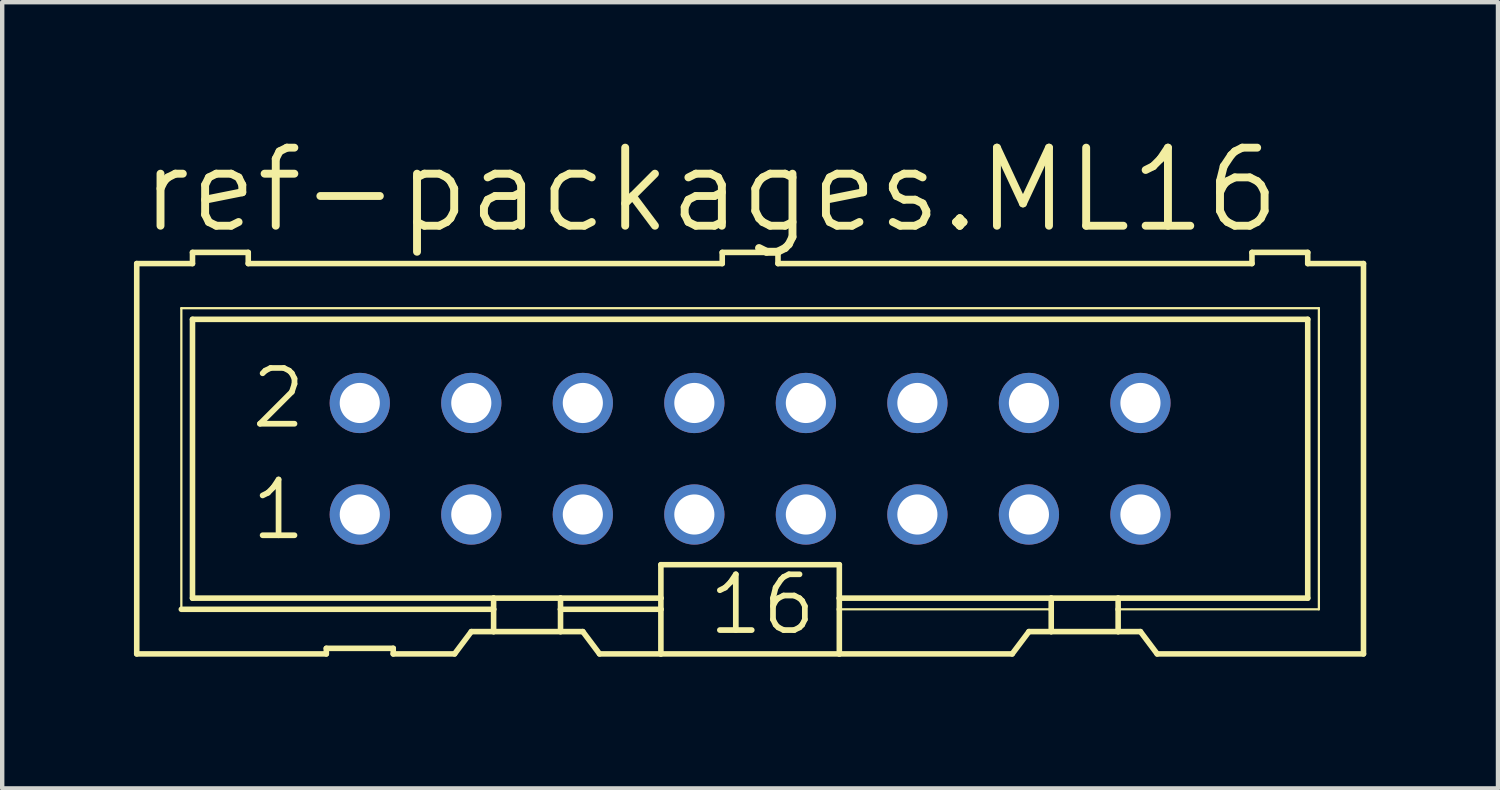
<source format=kicad_pcb>
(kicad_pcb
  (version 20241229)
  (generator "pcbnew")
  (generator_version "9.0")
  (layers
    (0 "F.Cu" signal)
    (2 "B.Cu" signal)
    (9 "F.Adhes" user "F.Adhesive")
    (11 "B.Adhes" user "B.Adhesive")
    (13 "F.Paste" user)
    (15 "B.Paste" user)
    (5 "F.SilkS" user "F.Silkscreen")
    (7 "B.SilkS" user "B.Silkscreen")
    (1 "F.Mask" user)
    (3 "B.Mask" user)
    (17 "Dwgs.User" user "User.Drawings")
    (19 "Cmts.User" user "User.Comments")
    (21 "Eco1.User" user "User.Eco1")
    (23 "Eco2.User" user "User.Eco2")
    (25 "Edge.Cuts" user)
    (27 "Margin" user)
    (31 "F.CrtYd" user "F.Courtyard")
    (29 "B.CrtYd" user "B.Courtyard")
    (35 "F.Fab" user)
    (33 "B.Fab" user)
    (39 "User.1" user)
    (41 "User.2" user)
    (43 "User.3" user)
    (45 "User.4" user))
  (footprint "ref-packages.ML16"
    (layer "F.Cu")
    (at 14.034 7.398)
    (property "Reference" "ref-packages.ML16" (at -13.97 -5.08 0) (layer "F.SilkS") (effects (font (size 1.778 1.778) (thickness 0.18)) (justify left bottom)))
    (attr through_hole)
    (fp_line (start -13.97 -4.445) (end -13.97 4.445) (stroke (width 0.127) (type default)) (layer "F.SilkS"))
    (fp_line (start -13.97 -4.445) (end -12.7 -4.445) (stroke (width 0.127) (type default)) (layer "F.SilkS"))
    (fp_line (start -13.97 4.445) (end -9.652 4.445) (stroke (width 0.127) (type default)) (layer "F.SilkS"))
    (fp_line (start -12.954 -3.429) (end -12.954 3.429) (stroke (width 0.051) (type default)) (layer "F.SilkS"))
    (fp_line (start -12.954 3.429) (end -5.842 3.429) (stroke (width 0.127) (type default)) (layer "F.SilkS"))
    (fp_line (start -12.7 -4.699) (end -12.7 -4.445) (stroke (width 0.127) (type default)) (layer "F.SilkS"))
    (fp_line (start -12.7 -3.175) (end -12.7 3.175) (stroke (width 0.127) (type default)) (layer "F.SilkS"))
    (fp_line (start -12.7 -3.175) (end 12.7 -3.175) (stroke (width 0.127) (type default)) (layer "F.SilkS"))
    (fp_line (start -11.43 -4.699) (end -12.7 -4.699) (stroke (width 0.127) (type default)) (layer "F.SilkS"))
    (fp_line (start -11.43 -4.699) (end -11.43 -4.445) (stroke (width 0.127) (type default)) (layer "F.SilkS"))
    (fp_line (start -11.43 -4.445) (end -0.635 -4.445) (stroke (width 0.127) (type default)) (layer "F.SilkS"))
    (fp_line (start -9.652 4.318) (end -9.652 4.445) (stroke (width 0.127) (type default)) (layer "F.SilkS"))
    (fp_line (start -9.652 4.318) (end -8.128 4.318) (stroke (width 0.127) (type default)) (layer "F.SilkS"))
    (fp_line (start -8.128 4.445) (end -8.128 4.318) (stroke (width 0.127) (type default)) (layer "F.SilkS"))
    (fp_line (start -8.128 4.445) (end -6.731 4.445) (stroke (width 0.127) (type default)) (layer "F.SilkS"))
    (fp_line (start -6.731 4.445) (end -6.35 3.937) (stroke (width 0.127) (type default)) (layer "F.SilkS"))
    (fp_line (start -5.842 3.175) (end -12.7 3.175) (stroke (width 0.127) (type default)) (layer "F.SilkS"))
    (fp_line (start -5.842 3.175) (end -5.842 3.429) (stroke (width 0.127) (type default)) (layer "F.SilkS"))
    (fp_line (start -5.842 3.429) (end -5.842 3.937) (stroke (width 0.127) (type default)) (layer "F.SilkS"))
    (fp_line (start -5.842 3.937) (end -6.35 3.937) (stroke (width 0.127) (type default)) (layer "F.SilkS"))
    (fp_line (start -4.318 3.175) (end -5.842 3.175) (stroke (width 0.127) (type default)) (layer "F.SilkS"))
    (fp_line (start -4.318 3.175) (end -4.318 3.429) (stroke (width 0.127) (type default)) (layer "F.SilkS"))
    (fp_line (start -4.318 3.429) (end -4.318 3.937) (stroke (width 0.127) (type default)) (layer "F.SilkS"))
    (fp_line (start -4.318 3.429) (end -2.032 3.429) (stroke (width 0.127) (type default)) (layer "F.SilkS"))
    (fp_line (start -4.318 3.937) (end -5.842 3.937) (stroke (width 0.127) (type default)) (layer "F.SilkS"))
    (fp_line (start -3.81 3.937) (end -4.318 3.937) (stroke (width 0.127) (type default)) (layer "F.SilkS"))
    (fp_line (start -3.81 3.937) (end -3.429 4.445) (stroke (width 0.127) (type default)) (layer "F.SilkS"))
    (fp_line (start -3.429 4.445) (end -2.032 4.445) (stroke (width 0.127) (type default)) (layer "F.SilkS"))
    (fp_line (start -2.032 3.175) (end -4.318 3.175) (stroke (width 0.127) (type default)) (layer "F.SilkS"))
    (fp_line (start -2.032 3.175) (end -2.032 2.413) (stroke (width 0.127) (type default)) (layer "F.SilkS"))
    (fp_line (start -2.032 3.175) (end -2.032 3.429) (stroke (width 0.127) (type default)) (layer "F.SilkS"))
    (fp_line (start -2.032 3.429) (end -2.032 4.445) (stroke (width 0.127) (type default)) (layer "F.SilkS"))
    (fp_line (start -0.635 -4.699) (end -0.635 -4.445) (stroke (width 0.127) (type default)) (layer "F.SilkS"))
    (fp_line (start 0.635 -4.699) (end -0.635 -4.699) (stroke (width 0.127) (type default)) (layer "F.SilkS"))
    (fp_line (start 0.635 -4.699) (end 0.635 -4.445) (stroke (width 0.127) (type default)) (layer "F.SilkS"))
    (fp_line (start 0.635 -4.445) (end 11.43 -4.445) (stroke (width 0.127) (type default)) (layer "F.SilkS"))
    (fp_line (start 2.032 2.413) (end -2.032 2.413) (stroke (width 0.127) (type default)) (layer "F.SilkS"))
    (fp_line (start 2.032 2.413) (end 2.032 3.175) (stroke (width 0.127) (type default)) (layer "F.SilkS"))
    (fp_line (start 2.032 3.175) (end 2.032 3.429) (stroke (width 0.127) (type default)) (layer "F.SilkS"))
    (fp_line (start 2.032 3.429) (end 2.032 4.445) (stroke (width 0.127) (type default)) (layer "F.SilkS"))
    (fp_line (start 2.032 4.445) (end -2.032 4.445) (stroke (width 0.127) (type default)) (layer "F.SilkS"))
    (fp_line (start 5.969 4.445) (end 2.032 4.445) (stroke (width 0.127) (type default)) (layer "F.SilkS"))
    (fp_line (start 5.969 4.445) (end 6.35 3.937) (stroke (width 0.127) (type default)) (layer "F.SilkS"))
    (fp_line (start 6.858 3.175) (end 2.032 3.175) (stroke (width 0.127) (type default)) (layer "F.SilkS"))
    (fp_line (start 6.858 3.175) (end 6.858 3.429) (stroke (width 0.127) (type default)) (layer "F.SilkS"))
    (fp_line (start 6.858 3.429) (end 2.032 3.429) (stroke (width 0.051) (type default)) (layer "F.SilkS"))
    (fp_line (start 6.858 3.429) (end 6.858 3.937) (stroke (width 0.127) (type default)) (layer "F.SilkS"))
    (fp_line (start 6.858 3.937) (end 6.35 3.937) (stroke (width 0.127) (type default)) (layer "F.SilkS"))
    (fp_line (start 8.382 3.175) (end 6.858 3.175) (stroke (width 0.127) (type default)) (layer "F.SilkS"))
    (fp_line (start 8.382 3.175) (end 8.382 3.429) (stroke (width 0.127) (type default)) (layer "F.SilkS"))
    (fp_line (start 8.382 3.429) (end 8.382 3.937) (stroke (width 0.127) (type default)) (layer "F.SilkS"))
    (fp_line (start 8.382 3.429) (end 12.954 3.429) (stroke (width 0.051) (type default)) (layer "F.SilkS"))
    (fp_line (start 8.382 3.937) (end 6.858 3.937) (stroke (width 0.127) (type default)) (layer "F.SilkS"))
    (fp_line (start 8.89 3.937) (end 8.382 3.937) (stroke (width 0.127) (type default)) (layer "F.SilkS"))
    (fp_line (start 8.89 3.937) (end 9.271 4.445) (stroke (width 0.127) (type default)) (layer "F.SilkS"))
    (fp_line (start 11.43 -4.445) (end 11.43 -4.699) (stroke (width 0.127) (type default)) (layer "F.SilkS"))
    (fp_line (start 12.7 -4.699) (end 11.43 -4.699) (stroke (width 0.127) (type default)) (layer "F.SilkS"))
    (fp_line (start 12.7 -4.445) (end 12.7 -4.699) (stroke (width 0.127) (type default)) (layer "F.SilkS"))
    (fp_line (start 12.7 -4.445) (end 13.97 -4.445) (stroke (width 0.127) (type default)) (layer "F.SilkS"))
    (fp_line (start 12.7 3.175) (end 8.382 3.175) (stroke (width 0.127) (type default)) (layer "F.SilkS"))
    (fp_line (start 12.7 3.175) (end 12.7 -3.175) (stroke (width 0.127) (type default)) (layer "F.SilkS"))
    (fp_line (start 12.954 -3.429) (end -12.954 -3.429) (stroke (width 0.051) (type default)) (layer "F.SilkS"))
    (fp_line (start 12.954 3.429) (end 12.954 -3.429) (stroke (width 0.051) (type default)) (layer "F.SilkS"))
    (fp_line (start 13.97 4.445) (end 9.271 4.445) (stroke (width 0.127) (type default)) (layer "F.SilkS"))
    (fp_line (start 13.97 4.445) (end 13.97 -4.445) (stroke (width 0.127) (type default)) (layer "F.SilkS"))
    (fp_rect (start -9.144 -1.016) (end -8.636 -1.524) (stroke (width 0.05) (type default)) (fill no) (layer "F.Fab"))
    (fp_rect (start -9.144 1.524) (end -8.636 1.016) (stroke (width 0.05) (type default)) (fill no) (layer "F.Fab"))
    (fp_rect (start -6.604 -1.016) (end -6.096 -1.524) (stroke (width 0.05) (type default)) (fill no) (layer "F.Fab"))
    (fp_rect (start -6.604 1.524) (end -6.096 1.016) (stroke (width 0.05) (type default)) (fill no) (layer "F.Fab"))
    (fp_rect (start -4.064 -1.016) (end -3.556 -1.524) (stroke (width 0.05) (type default)) (fill no) (layer "F.Fab"))
    (fp_rect (start -4.064 1.524) (end -3.556 1.016) (stroke (width 0.05) (type default)) (fill no) (layer "F.Fab"))
    (fp_rect (start -1.524 -1.016) (end -1.016 -1.524) (stroke (width 0.05) (type default)) (fill no) (layer "F.Fab"))
    (fp_rect (start -1.524 1.524) (end -1.016 1.016) (stroke (width 0.05) (type default)) (fill no) (layer "F.Fab"))
    (fp_rect (start 1.016 -1.016) (end 1.524 -1.524) (stroke (width 0.05) (type default)) (fill no) (layer "F.Fab"))
    (fp_rect (start 1.016 1.524) (end 1.524 1.016) (stroke (width 0.05) (type default)) (fill no) (layer "F.Fab"))
    (fp_rect (start 3.556 -1.016) (end 4.064 -1.524) (stroke (width 0.05) (type default)) (fill no) (layer "F.Fab"))
    (fp_rect (start 3.556 1.524) (end 4.064 1.016) (stroke (width 0.05) (type default)) (fill no) (layer "F.Fab"))
    (fp_rect (start 6.096 -1.016) (end 6.604 -1.524) (stroke (width 0.05) (type default)) (fill no) (layer "F.Fab"))
    (fp_rect (start 6.096 1.524) (end 6.604 1.016) (stroke (width 0.05) (type default)) (fill no) (layer "F.Fab"))
    (fp_rect (start 8.636 -1.016) (end 9.144 -1.524) (stroke (width 0.05) (type default)) (fill no) (layer "F.Fab"))
    (fp_rect (start 8.636 1.524) (end 9.144 1.016) (stroke (width 0.05) (type default)) (fill no) (layer "F.Fab"))
    (fp_text user "1" (at -11.43 1.905 0) (layer "F.SilkS") (effects (font (size 1.27 1.27) (thickness 0.13)) (justify left bottom)))
    (fp_text user "16" (at -1.016 4.064 0) (layer "F.SilkS") (effects (font (size 1.27 1.27) (thickness 0.13)) (justify left bottom)))
    (fp_text user "2" (at -11.43 -0.635 0) (layer "F.SilkS") (effects (font (size 1.27 1.27) (thickness 0.13)) (justify left bottom)))
    (pad "1" thru_hole circle (at -8.89 1.27) (size 1.372 1.372) (drill 0.914) (layers "*.Cu" "*.Mask"))
    (pad "2" thru_hole circle (at -8.89 -1.27) (size 1.372 1.372) (drill 0.914) (layers "*.Cu" "*.Mask"))
    (pad "3" thru_hole circle (at -6.35 1.27) (size 1.372 1.372) (drill 0.914) (layers "*.Cu" "*.Mask"))
    (pad "4" thru_hole circle (at -6.35 -1.27) (size 1.372 1.372) (drill 0.914) (layers "*.Cu" "*.Mask"))
    (pad "5" thru_hole circle (at -3.81 1.27) (size 1.372 1.372) (drill 0.914) (layers "*.Cu" "*.Mask"))
    (pad "6" thru_hole circle (at -3.81 -1.27) (size 1.372 1.372) (drill 0.914) (layers "*.Cu" "*.Mask"))
    (pad "7" thru_hole circle (at -1.27 1.27) (size 1.372 1.372) (drill 0.914) (layers "*.Cu" "*.Mask"))
    (pad "8" thru_hole circle (at -1.27 -1.27) (size 1.372 1.372) (drill 0.914) (layers "*.Cu" "*.Mask"))
    (pad "9" thru_hole circle (at 1.27 1.27) (size 1.372 1.372) (drill 0.914) (layers "*.Cu" "*.Mask"))
    (pad "10" thru_hole circle (at 1.27 -1.27) (size 1.372 1.372) (drill 0.914) (layers "*.Cu" "*.Mask"))
    (pad "11" thru_hole circle (at 3.81 1.27) (size 1.372 1.372) (drill 0.914) (layers "*.Cu" "*.Mask"))
    (pad "12" thru_hole circle (at 3.81 -1.27) (size 1.372 1.372) (drill 0.914) (layers "*.Cu" "*.Mask"))
    (pad "13" thru_hole circle (at 6.35 1.27) (size 1.372 1.372) (drill 0.914) (layers "*.Cu" "*.Mask"))
    (pad "14" thru_hole circle (at 6.35 -1.27) (size 1.372 1.372) (drill 0.914) (layers "*.Cu" "*.Mask"))
    (pad "15" thru_hole circle (at 8.89 1.27) (size 1.372 1.372) (drill 0.914) (layers "*.Cu" "*.Mask"))
    (pad "16" thru_hole circle (at 8.89 -1.27) (size 1.372 1.372) (drill 0.914) (layers "*.Cu" "*.Mask")))
  (gr_rect
    (start -3 -3)
    (end 31.067 14.906)
    (stroke (width 0.1) (type default))
    (fill no)
    (layer "Edge.Cuts")))
</source>
